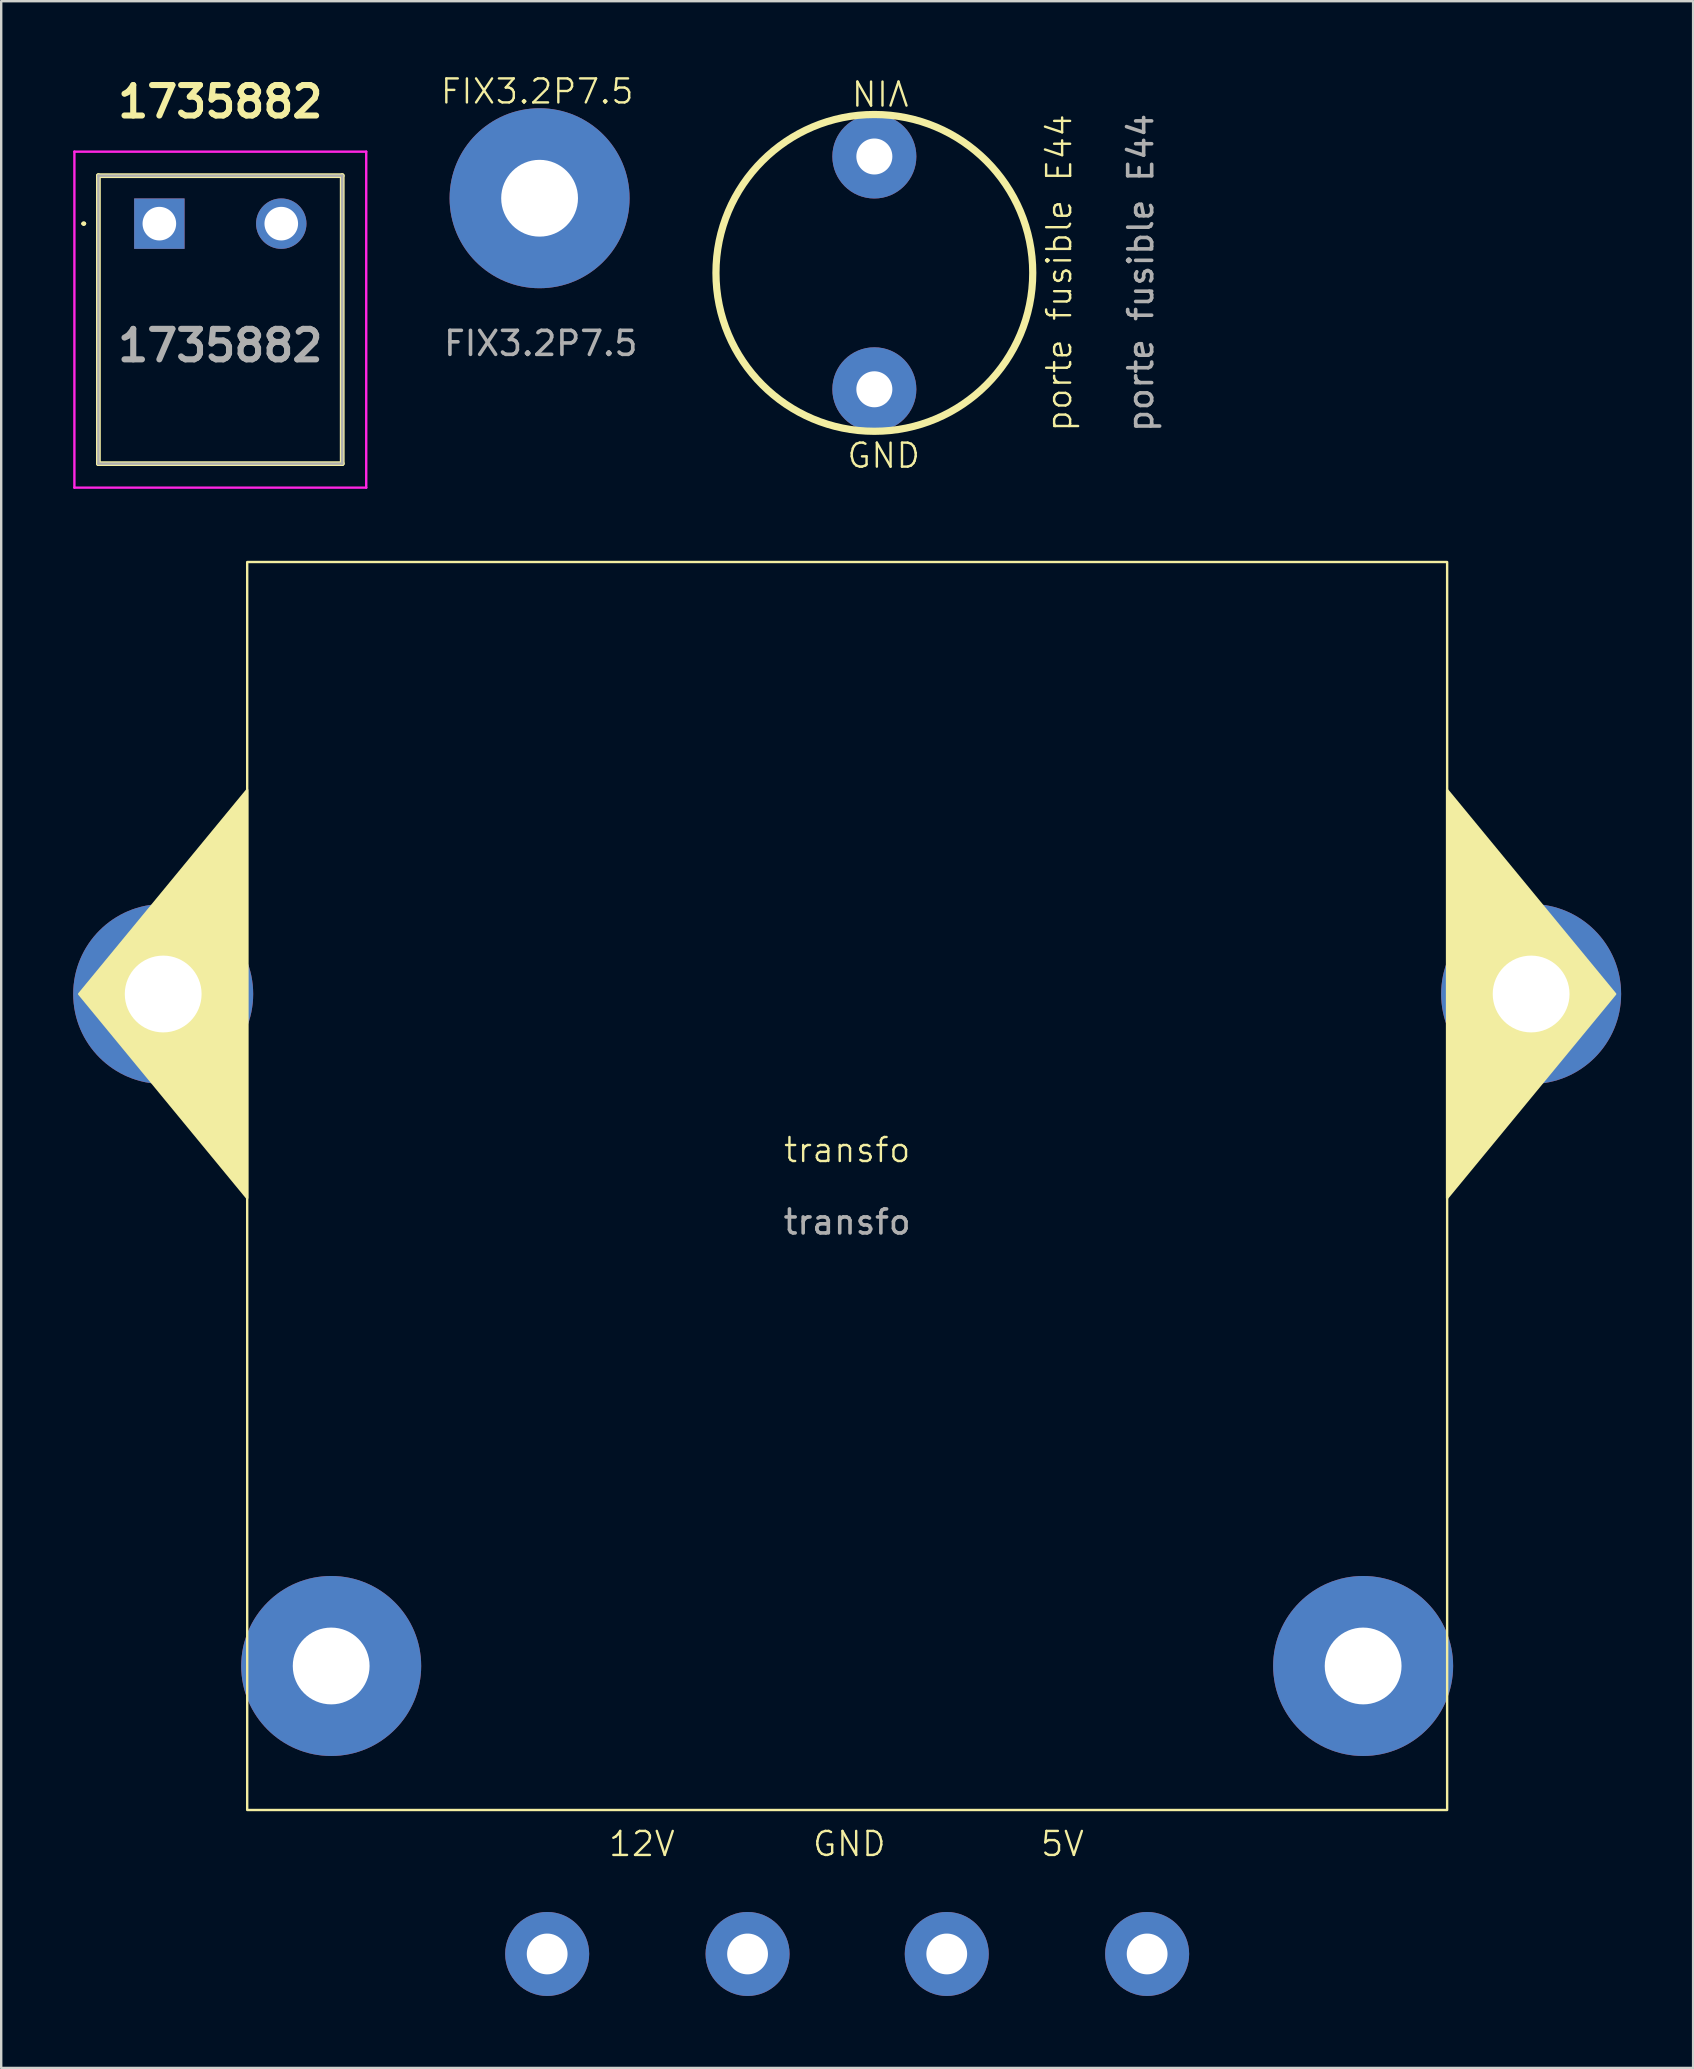
<source format=kicad_pcb>
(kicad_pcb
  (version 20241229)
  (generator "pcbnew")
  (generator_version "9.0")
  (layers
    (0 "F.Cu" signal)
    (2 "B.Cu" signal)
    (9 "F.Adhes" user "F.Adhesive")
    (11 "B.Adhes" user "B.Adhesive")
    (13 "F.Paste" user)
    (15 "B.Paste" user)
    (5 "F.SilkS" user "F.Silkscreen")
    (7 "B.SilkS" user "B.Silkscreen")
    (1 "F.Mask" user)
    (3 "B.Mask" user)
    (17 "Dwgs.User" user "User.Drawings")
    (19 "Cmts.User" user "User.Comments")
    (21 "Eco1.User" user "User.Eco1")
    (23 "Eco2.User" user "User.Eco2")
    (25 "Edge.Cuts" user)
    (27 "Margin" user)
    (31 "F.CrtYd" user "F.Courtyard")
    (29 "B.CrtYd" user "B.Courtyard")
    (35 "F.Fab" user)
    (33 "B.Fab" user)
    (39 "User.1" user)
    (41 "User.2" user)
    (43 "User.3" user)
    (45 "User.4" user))
  (footprint "FIX3.2P7.5"
    (layer "F.Cu")
    (at 19.434 5.21)
    (property "Reference" "FIX3.2P7.5" (at -0.1 -4.45 0) (unlocked yes) (layer "F.SilkS") (effects (font (size 1 1) (thickness 0.1))))
    (attr smd)
    (fp_text user "${REFERENCE}" (at 0.05 6.05 0) (unlocked yes) (layer "F.Fab") (effects (font (size 1 1) (thickness 0.15))))
    (pad "1" thru_hole circle (at 0 0) (size 7.5 7.5) (drill 3.2) (layers "*.Cu" "*.Mask")))
  (footprint "transfo"
    (layer "F.Cu")
    (at 32.25 46.869)
    (property "Reference" "transfo" (at 0 -2 0) (unlocked yes) (layer "F.SilkS") (effects (font (size 1 1) (thickness 0.1))))
    (attr through_hole)
    (fp_rect (start 25 25.5) (end -25 -26.5) (stroke (width 0.1) (type default)) (fill no) (layer "F.SilkS"))
    (fp_poly (pts (xy -25 -17) (xy -32 -8.5) (xy -25 0)) (stroke (width 0.1) (type solid)) (fill yes) (layer "F.SilkS"))
    (fp_poly (pts (xy 25 -17) (xy 32 -8.5) (xy 25 0)) (stroke (width 0.1) (type solid)) (fill yes) (layer "F.SilkS"))
    (fp_text user "5V" (at 8 27.5 0) (unlocked yes) (layer "F.SilkS") (effects (font (size 1 1) (thickness 0.1)) (justify left bottom)))
    (fp_text user "GND" (at -1.5 27.5 0) (unlocked yes) (layer "F.SilkS") (effects (font (size 1 1) (thickness 0.1)) (justify left bottom)))
    (fp_text user "12V" (at -10 27.5 0) (unlocked yes) (layer "F.SilkS") (effects (font (size 1 1) (thickness 0.1)) (justify left bottom)))
    (fp_text user "${REFERENCE}" (at 0 1 0) (unlocked yes) (layer "F.Fab") (effects (font (size 1 1) (thickness 0.15))))
    (pad "1" thru_hole circle (at -12.5 31.5) (size 3.5 3.5) (drill 1.7) (layers "*.Cu" "*.Mask"))
    (pad "2" thru_hole circle (at -4.15 31.5) (size 3.5 3.5) (drill 1.7) (layers "*.Cu" "*.Mask"))
    (pad "3" thru_hole circle (at 4.15 31.5) (size 3.5 3.5) (drill 1.7) (layers "*.Cu" "*.Mask"))
    (pad "4" thru_hole circle (at 12.5 31.5) (size 3.5 3.5) (drill 1.7) (layers "*.Cu" "*.Mask"))
    (pad "5" thru_hole circle (at -28.5 -8.5) (size 7.5 7.5) (drill 3.2) (layers "*.Cu" "*.Mask"))
    (pad "5" thru_hole circle (at -21.5 19.5) (size 7.5 7.5) (drill 3.2) (layers "*.Cu" "*.Mask"))
    (pad "5" thru_hole circle (at 21.5 19.5) (size 7.5 7.5) (drill 3.2) (layers "*.Cu" "*.Mask"))
    (pad "5" thru_hole circle (at 28.5 -8.5) (size 7.5 7.5) (drill 3.2) (layers "*.Cu" "*.Mask")))
  (footprint "1735882"
    (layer "F.Cu")
    (at 3.59 6.269)
    (property "Reference" "1735882" (at 2.54 -5.08 0) (layer "F.SilkS") (effects (font (size 1.27 1.27) (thickness 0.254))))
    (attr through_hole)
    (fp_line (start -3.2 0) (end -3.2 0) (stroke (width 0.1) (type solid)) (layer "F.SilkS"))
    (fp_line (start -3.1 0) (end -3.1 0) (stroke (width 0.1) (type solid)) (layer "F.SilkS"))
    (fp_line (start -2.54 -2) (end 7.62 -2) (stroke (width 0.2) (type solid)) (layer "F.SilkS"))
    (fp_line (start -2.54 10) (end -2.54 -2) (stroke (width 0.2) (type solid)) (layer "F.SilkS"))
    (fp_line (start 7.62 -2) (end 7.62 10) (stroke (width 0.2) (type solid)) (layer "F.SilkS"))
    (fp_line (start 7.62 10) (end -2.54 10) (stroke (width 0.2) (type solid)) (layer "F.SilkS"))
    (fp_arc (start -3.2 0) (mid -3.15 -0.05) (end -3.1 0) (stroke (width 0.1) (type solid)) (layer "F.SilkS"))
    (fp_arc (start -3.1 0) (mid -3.15 0.05) (end -3.2 0) (stroke (width 0.1) (type solid)) (layer "F.SilkS"))
    (fp_line (start -3.54 -3) (end 8.62 -3) (stroke (width 0.1) (type solid)) (layer "F.CrtYd"))
    (fp_line (start -3.54 11) (end -3.54 -3) (stroke (width 0.1) (type solid)) (layer "F.CrtYd"))
    (fp_line (start 8.62 -3) (end 8.62 11) (stroke (width 0.1) (type solid)) (layer "F.CrtYd"))
    (fp_line (start 8.62 11) (end -3.54 11) (stroke (width 0.1) (type solid)) (layer "F.CrtYd"))
    (fp_line (start -2.54 -2) (end -2.54 10) (stroke (width 0.1) (type solid)) (layer "F.Fab"))
    (fp_line (start -2.54 10) (end 7.62 10) (stroke (width 0.1) (type solid)) (layer "F.Fab"))
    (fp_line (start 7.62 -2) (end -2.54 -2) (stroke (width 0.1) (type solid)) (layer "F.Fab"))
    (fp_line (start 7.62 10) (end 7.62 -2) (stroke (width 0.1) (type solid)) (layer "F.Fab"))
    (fp_text user "${REFERENCE}" (at 2.54 5.08 0) (layer "F.Fab") (effects (font (size 1.27 1.27) (thickness 0.254))))
    (pad "1" thru_hole rect (at 0 0) (size 2.1 2.1) (drill 1.4) (layers "*.Cu" "*.Mask"))
    (pad "2" thru_hole circle (at 5.08 0) (size 2.1 2.1) (drill 1.4) (layers "*.Cu" "*.Mask")))
  (footprint "porte fusible E44"
    (layer "F.Cu")
    (at 33.383 8.321)
    (property "Reference" "porte fusible E44" (at 7.7 0 90) (unlocked yes) (layer "F.SilkS") (effects (font (size 1 1) (thickness 0.1))))
    (attr smd)
    (fp_circle (center 0 0) (end 6.6 0) (stroke (width 0.3) (type default)) (fill no) (layer "F.SilkS"))
    (fp_text user "VIN" (at 1.5 -8.1 180) (unlocked yes) (layer "F.SilkS") (effects (font (size 1 1) (thickness 0.1)) (justify left bottom)))
    (fp_text user "GND" (at -1.2 8.2 0) (unlocked yes) (layer "F.SilkS") (effects (font (size 1 1) (thickness 0.1)) (justify left bottom)))
    (fp_text user "${REFERENCE}" (at 11.1 0 90) (unlocked yes) (layer "F.Fab") (effects (font (size 1 1) (thickness 0.15))))
    (pad "1" thru_hole circle (at 0 -4.85) (size 3.5 3.5) (drill 1.5) (layers "*.Cu" "*.Mask"))
    (pad "2" thru_hole circle (at 0 4.85) (size 3.5 3.5) (drill 1.5) (layers "*.Cu" "*.Mask")))
  (gr_rect
    (start -3 -3)
    (end 67.5 83.119)
    (stroke (width 0.1) (type default))
    (fill no)
    (layer "Edge.Cuts")))
</source>
